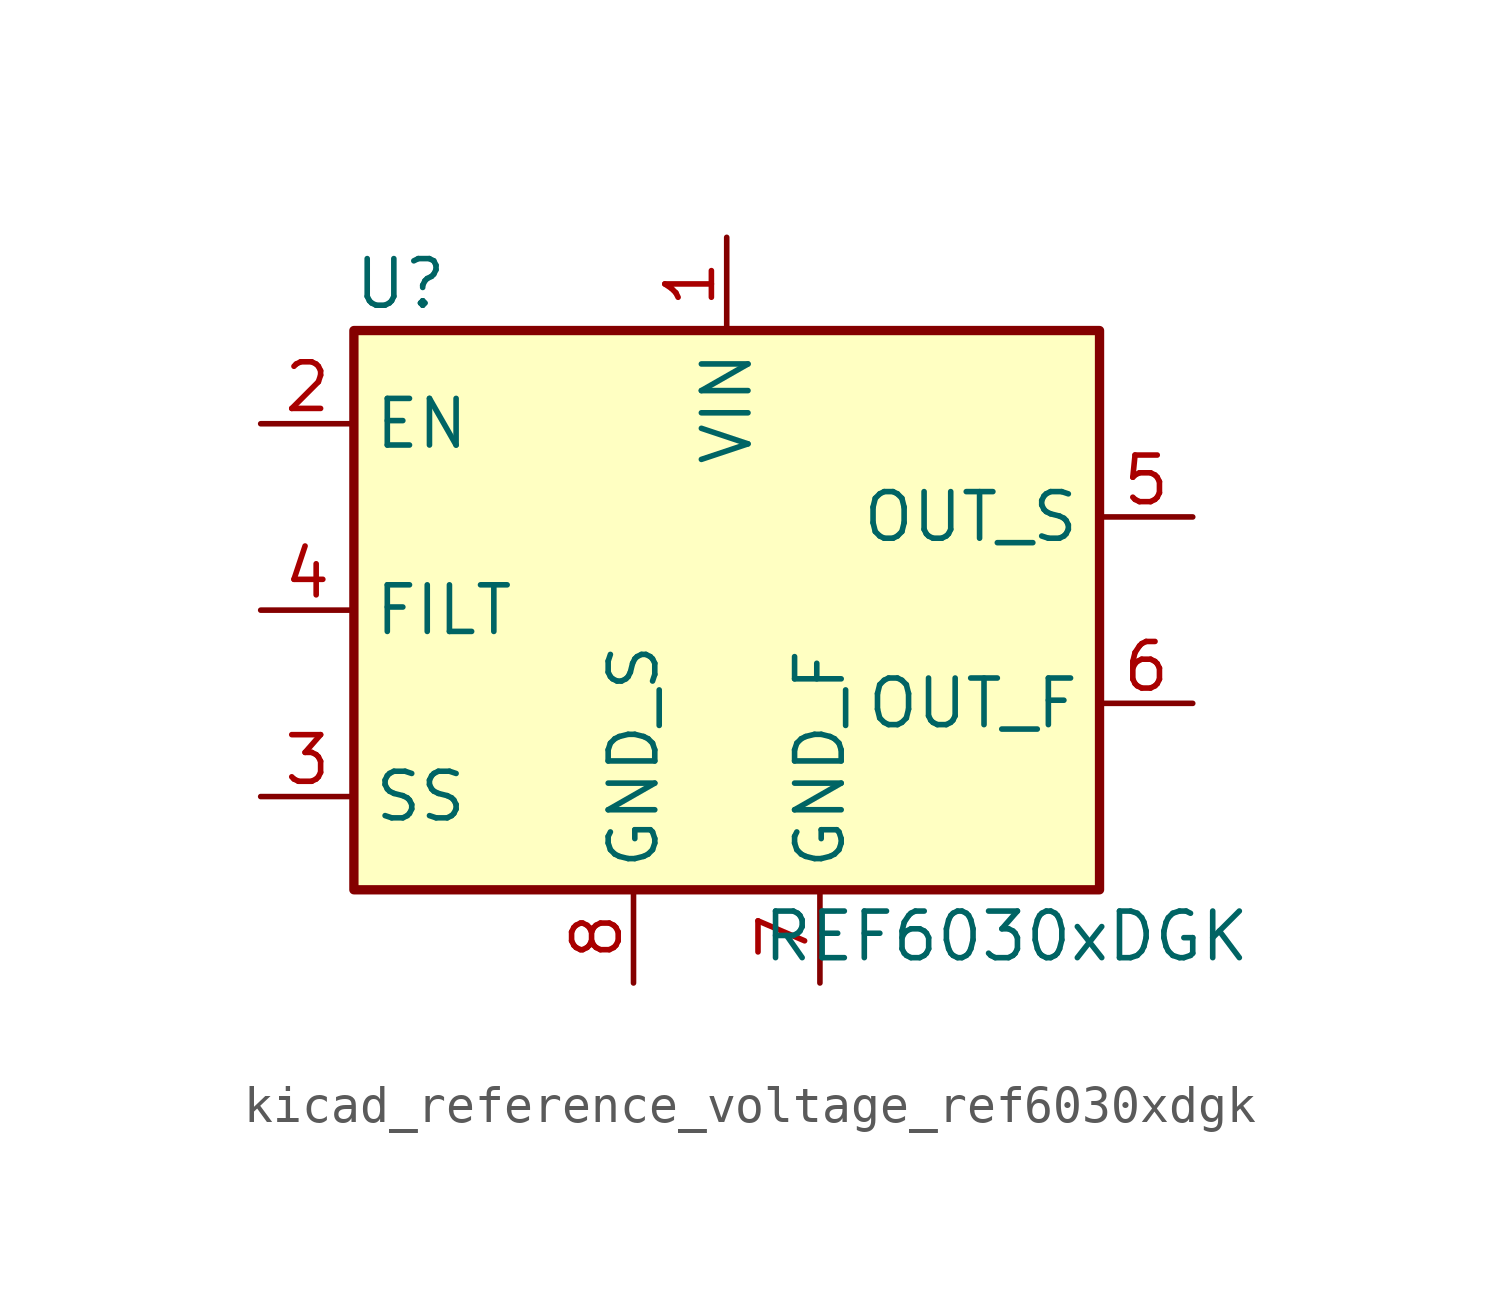
<source format=kicad_sym>
(kicad_symbol_lib
  (version 20220914)
  (generator kicad_symbol_editor)
  (symbol "kicad_reference_voltage_ref6030xdgk"
    (property "Reference" "U"
      (at -8.89 8.89 0)
      (effects (font (size 1.27 1.27))))
    (property "Value" "REF6030xDGK"
      (at 7.62 -8.89 0)
      (effects (font (size 1.27 1.27))))
    (symbol "kicad_reference_voltage_ref6030xdgk_0_1"
      (rectangle (start -10.16 7.62) (end 10.16 -7.62) (stroke (width 0.254) (type default)) (fill (type background))))
    (symbol "kicad_reference_voltage_ref6030xdgk_1_1"
      (pin power_in line (at 0 10.16 270) (length 2.54) (name "VIN" (effects (font (size 1.27 1.27)))) (number "1" (effects (font (size 1.27 1.27)))))
      (pin input line (at -12.7 5.08 0) (length 2.54) (name "EN" (effects (font (size 1.27 1.27)))) (number "2" (effects (font (size 1.27 1.27)))))
      (pin passive line (at -12.7 -5.08 0) (length 2.54) (name "SS" (effects (font (size 1.27 1.27)))) (number "3" (effects (font (size 1.27 1.27)))))
      (pin passive line (at -12.7 0 0) (length 2.54) (name "FILT" (effects (font (size 1.27 1.27)))) (number "4" (effects (font (size 1.27 1.27)))))
      (pin input line (at 12.7 2.54 180) (length 2.54) (name "OUT_S" (effects (font (size 1.27 1.27)))) (number "5" (effects (font (size 1.27 1.27)))))
      (pin output line (at 12.7 -2.54 180) (length 2.54) (name "OUT_F" (effects (font (size 1.27 1.27)))) (number "6" (effects (font (size 1.27 1.27)))))
      (pin power_in line (at 2.54 -10.16 90) (length 2.54) (name "GND_F" (effects (font (size 1.27 1.27)))) (number "7" (effects (font (size 1.27 1.27)))))
      (pin power_in line (at -2.54 -10.16 90) (length 2.54) (name "GND_S" (effects (font (size 1.27 1.27)))) (number "8" (effects (font (size 1.27 1.27))))))))
</source>
